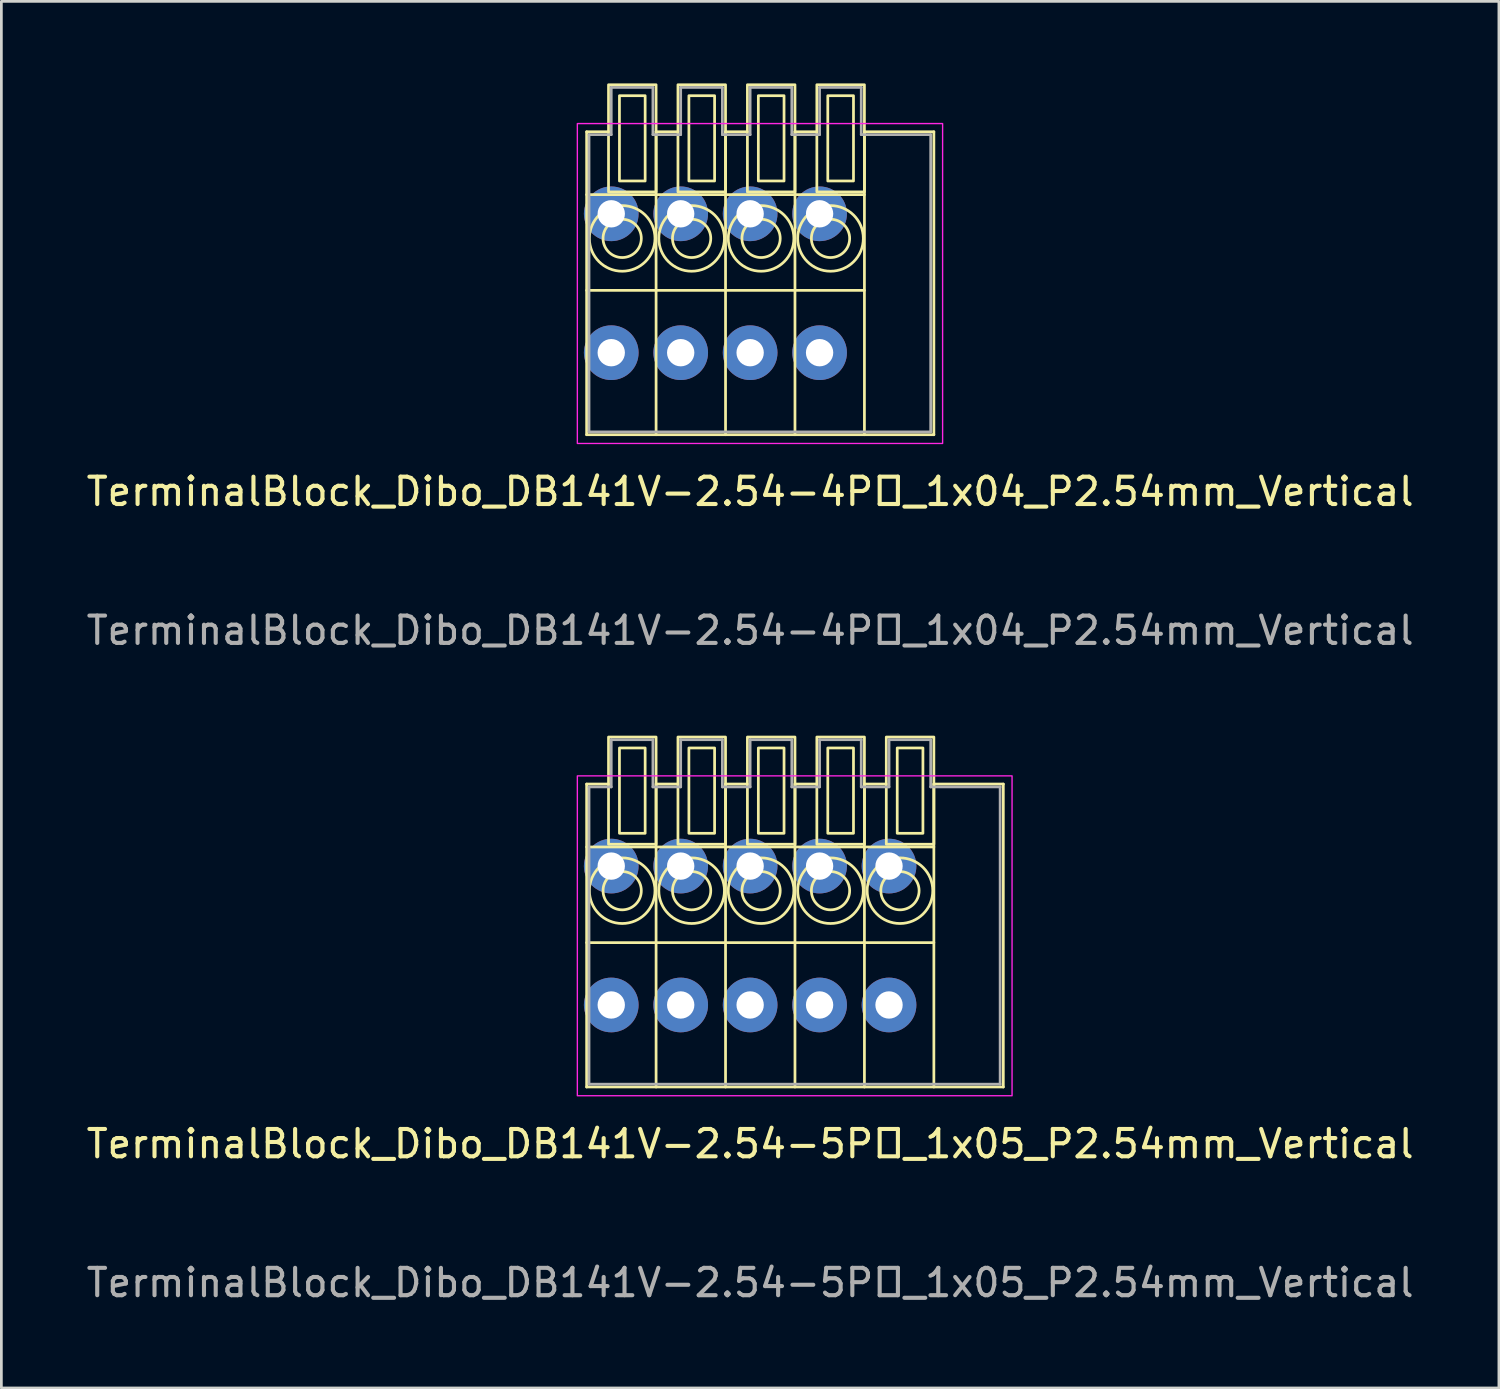
<source format=kicad_pcb>
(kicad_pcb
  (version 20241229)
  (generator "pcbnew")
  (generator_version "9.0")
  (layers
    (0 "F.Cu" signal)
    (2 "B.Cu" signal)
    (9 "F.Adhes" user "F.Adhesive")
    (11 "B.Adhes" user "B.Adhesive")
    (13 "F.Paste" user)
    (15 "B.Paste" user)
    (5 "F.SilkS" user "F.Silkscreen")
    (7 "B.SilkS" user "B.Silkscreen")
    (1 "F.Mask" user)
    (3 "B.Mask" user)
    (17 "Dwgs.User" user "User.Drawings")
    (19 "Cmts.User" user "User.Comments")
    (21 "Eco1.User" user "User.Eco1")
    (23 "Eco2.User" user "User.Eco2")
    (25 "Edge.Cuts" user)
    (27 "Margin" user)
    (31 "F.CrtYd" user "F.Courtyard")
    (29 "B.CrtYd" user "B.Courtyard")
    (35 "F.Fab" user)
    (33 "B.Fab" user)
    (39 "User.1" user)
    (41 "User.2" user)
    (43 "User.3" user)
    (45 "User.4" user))
  (footprint "TerminalBlock_Dibo_DB141V-2.54-4P_1x04_P2.54mm_Vertical"
    (layer "F.Cu")
    (at 23.117 7.31)
    (property "Reference" "TerminalBlock_Dibo_DB141V-2.54-4P_1x04_P2.54mm_Vertical" (at 1.27 7.62 0) (unlocked yes) (layer "F.SilkS") (effects (font (size 1 1) (thickness 0.15))))
    (attr through_hole)
    (fp_line (start -4.71 5.54) (end -4.71 -5.54) (stroke (width 0.1) (type default)) (layer "F.SilkS"))
    (fp_line (start -3.91 -5.54) (end -4.71 -5.54) (stroke (width 0.1) (type default)) (layer "F.SilkS"))
    (fp_line (start -2.17 5.54) (end -2.17 -5.54) (stroke (width 0.1) (type default)) (layer "F.SilkS"))
    (fp_line (start -1.37 -5.54) (end -2.17 -5.54) (stroke (width 0.1) (type default)) (layer "F.SilkS"))
    (fp_line (start 0.37 5.54) (end 0.37 -5.54) (stroke (width 0.1) (type default)) (layer "F.SilkS"))
    (fp_line (start 1.17 -5.54) (end 0.37 -5.54) (stroke (width 0.1) (type default)) (layer "F.SilkS"))
    (fp_line (start 2.91 5.54) (end 2.91 -5.54) (stroke (width 0.1) (type default)) (layer "F.SilkS"))
    (fp_line (start 3.71 -5.54) (end 2.91 -5.54) (stroke (width 0.1) (type default)) (layer "F.SilkS"))
    (fp_line (start 5.45 -3.24) (end -4.71 -3.24) (stroke (width 0.1) (type default)) (layer "F.SilkS"))
    (fp_line (start 5.45 0.26) (end -4.71 0.26) (stroke (width 0.1) (type default)) (layer "F.SilkS"))
    (fp_line (start 5.45 5.54) (end 5.45 -5.54) (stroke (width 0.1) (type default)) (layer "F.SilkS"))
    (fp_line (start 7.99 -5.54) (end 5.45 -5.54) (stroke (width 0.1) (type default)) (layer "F.SilkS"))
    (fp_line (start 7.99 -5.54) (end 7.99 5.54) (stroke (width 0.1) (type default)) (layer "F.SilkS"))
    (fp_line (start 7.99 5.54) (end -4.71 5.54) (stroke (width 0.1) (type default)) (layer "F.SilkS"))
    (fp_rect (start -2.57 -3.74) (end -3.51 -6.86) (stroke (width 0.1) (type default)) (fill no) (layer "F.SilkS"))
    (fp_rect (start -2.17 -3.34) (end -3.91 -7.26) (stroke (width 0.1) (type default)) (fill no) (layer "F.SilkS"))
    (fp_rect (start -0.03 -3.74) (end -0.97 -6.86) (stroke (width 0.1) (type default)) (fill no) (layer "F.SilkS"))
    (fp_rect (start 0.37 -3.34) (end -1.37 -7.26) (stroke (width 0.1) (type default)) (fill no) (layer "F.SilkS"))
    (fp_rect (start 2.51 -3.74) (end 1.57 -6.86) (stroke (width 0.1) (type default)) (fill no) (layer "F.SilkS"))
    (fp_rect (start 2.91 -3.34) (end 1.17 -7.26) (stroke (width 0.1) (type default)) (fill no) (layer "F.SilkS"))
    (fp_rect (start 5.05 -3.74) (end 4.11 -6.86) (stroke (width 0.1) (type default)) (fill no) (layer "F.SilkS"))
    (fp_rect (start 5.45 -3.34) (end 3.71 -7.26) (stroke (width 0.1) (type default)) (fill no) (layer "F.SilkS"))
    (fp_circle (center -3.41 -1.64) (end -4.61 -1.64) (stroke (width 0.1) (type default)) (fill no) (layer "F.SilkS"))
    (fp_circle (center -3.41 -1.64) (end -4.11 -1.64) (stroke (width 0.1) (type default)) (fill no) (layer "F.SilkS"))
    (fp_circle (center -0.87 -1.64) (end -2.07 -1.64) (stroke (width 0.1) (type default)) (fill no) (layer "F.SilkS"))
    (fp_circle (center -0.87 -1.64) (end -1.57 -1.64) (stroke (width 0.1) (type default)) (fill no) (layer "F.SilkS"))
    (fp_circle (center 1.67 -1.64) (end 0.47 -1.64) (stroke (width 0.1) (type default)) (fill no) (layer "F.SilkS"))
    (fp_circle (center 1.67 -1.64) (end 0.97 -1.64) (stroke (width 0.1) (type default)) (fill no) (layer "F.SilkS"))
    (fp_circle (center 4.21 -1.64) (end 3.51 -1.64) (stroke (width 0.1) (type default)) (fill no) (layer "F.SilkS"))
    (fp_circle (center 4.21 -1.64) (end 5.41 -1.64) (stroke (width 0.1) (type default)) (fill no) (layer "F.SilkS"))
    (fp_rect (start 8.31 5.86) (end -5.05 -5.84) (stroke (width 0.05) (type default)) (fill no) (layer "F.CrtYd"))
    (fp_line (start -4.623 -5.436) (end -3.81 -5.436) (stroke (width 0.1) (type default)) (layer "F.Fab"))
    (fp_line (start -4.623 5.436) (end -4.623 -5.436) (stroke (width 0.1) (type default)) (layer "F.Fab"))
    (fp_line (start -3.81 -7.163) (end -2.286 -7.163) (stroke (width 0.1) (type default)) (layer "F.Fab"))
    (fp_line (start -3.81 -5.436) (end -3.81 -7.163) (stroke (width 0.1) (type default)) (layer "F.Fab"))
    (fp_line (start -2.286 -7.163) (end -2.286 -5.436) (stroke (width 0.1) (type default)) (layer "F.Fab"))
    (fp_line (start -2.286 -5.436) (end -1.27 -5.436) (stroke (width 0.1) (type default)) (layer "F.Fab"))
    (fp_line (start -1.27 -7.163) (end 0.254 -7.163) (stroke (width 0.1) (type default)) (layer "F.Fab"))
    (fp_line (start -1.27 -5.436) (end -1.27 -7.163) (stroke (width 0.1) (type default)) (layer "F.Fab"))
    (fp_line (start 0.254 -7.163) (end 0.254 -5.436) (stroke (width 0.1) (type default)) (layer "F.Fab"))
    (fp_line (start 0.254 -5.436) (end 1.27 -5.436) (stroke (width 0.1) (type default)) (layer "F.Fab"))
    (fp_line (start 1.27 -7.163) (end 2.794 -7.163) (stroke (width 0.1) (type default)) (layer "F.Fab"))
    (fp_line (start 1.27 -5.436) (end 1.27 -7.163) (stroke (width 0.1) (type default)) (layer "F.Fab"))
    (fp_line (start 2.794 -7.163) (end 2.794 -5.436) (stroke (width 0.1) (type default)) (layer "F.Fab"))
    (fp_line (start 2.794 -5.436) (end 3.81 -5.436) (stroke (width 0.1) (type default)) (layer "F.Fab"))
    (fp_line (start 3.81 -7.163) (end 5.334 -7.163) (stroke (width 0.1) (type default)) (layer "F.Fab"))
    (fp_line (start 3.81 -5.436) (end 3.81 -7.163) (stroke (width 0.1) (type default)) (layer "F.Fab"))
    (fp_line (start 5.334 -7.163) (end 5.334 -5.436) (stroke (width 0.1) (type default)) (layer "F.Fab"))
    (fp_line (start 5.334 -5.436) (end 7.874 -5.436) (stroke (width 0.1) (type default)) (layer "F.Fab"))
    (fp_line (start 7.874 -5.436) (end 7.874 5.436) (stroke (width 0.1) (type default)) (layer "F.Fab"))
    (fp_line (start 7.874 5.436) (end -4.623 5.436) (stroke (width 0.1) (type default)) (layer "F.Fab"))
    (fp_text user "${REFERENCE}" (at 1.27 12.7 0) (unlocked yes) (layer "F.Fab") (effects (font (size 1 1) (thickness 0.15))))
    (pad "1" thru_hole circle (at -3.81 -2.54 180) (size 2 2) (drill 1) (layers "*.Cu" "*.Mask"))
    (pad "1" thru_hole circle (at -3.81 2.54 180) (size 2 2) (drill 1) (layers "*.Cu" "*.Mask"))
    (pad "2" thru_hole circle (at -1.27 -2.54 180) (size 2 2) (drill 1) (layers "*.Cu" "*.Mask"))
    (pad "2" thru_hole circle (at -1.27 2.54 180) (size 2 2) (drill 1) (layers "*.Cu" "*.Mask"))
    (pad "3" thru_hole circle (at 1.27 -2.54 180) (size 2 2) (drill 1) (layers "*.Cu" "*.Mask"))
    (pad "3" thru_hole circle (at 1.27 2.54 180) (size 2 2) (drill 1) (layers "*.Cu" "*.Mask"))
    (pad "4" thru_hole circle (at 3.81 -2.54 180) (size 2 2) (drill 1) (layers "*.Cu" "*.Mask"))
    (pad "4" thru_hole circle (at 3.81 2.54 180) (size 2 2) (drill 1) (layers "*.Cu" "*.Mask")))
  (footprint "TerminalBlock_Dibo_DB141V-2.54-5P_1x05_P2.54mm_Vertical"
    (layer "F.Cu")
    (at 19.307 33.708)
    (property "Reference" "TerminalBlock_Dibo_DB141V-2.54-5P_1x05_P2.54mm_Vertical" (at 5.08 5.08 0) (unlocked yes) (layer "F.SilkS") (effects (font (size 1 1) (thickness 0.15))))
    (attr through_hole)
    (fp_line (start -0.9 3) (end -0.9 -8.08) (stroke (width 0.1) (type default)) (layer "F.SilkS"))
    (fp_line (start -0.1 -8.08) (end -0.9 -8.08) (stroke (width 0.1) (type default)) (layer "F.SilkS"))
    (fp_line (start 1.64 3) (end 1.64 -8.08) (stroke (width 0.1) (type default)) (layer "F.SilkS"))
    (fp_line (start 2.44 -8.08) (end 1.64 -8.08) (stroke (width 0.1) (type default)) (layer "F.SilkS"))
    (fp_line (start 4.18 3) (end 4.18 -8.08) (stroke (width 0.1) (type default)) (layer "F.SilkS"))
    (fp_line (start 4.98 -8.08) (end 4.18 -8.08) (stroke (width 0.1) (type default)) (layer "F.SilkS"))
    (fp_line (start 6.72 3) (end 6.72 -8.08) (stroke (width 0.1) (type default)) (layer "F.SilkS"))
    (fp_line (start 7.52 -8.08) (end 6.72 -8.08) (stroke (width 0.1) (type default)) (layer "F.SilkS"))
    (fp_line (start 9.26 3) (end 9.26 -8.08) (stroke (width 0.1) (type default)) (layer "F.SilkS"))
    (fp_line (start 10.06 -8.08) (end 9.26 -8.08) (stroke (width 0.1) (type default)) (layer "F.SilkS"))
    (fp_line (start 11.8 -5.78) (end -0.9 -5.78) (stroke (width 0.1) (type default)) (layer "F.SilkS"))
    (fp_line (start 11.8 -2.28) (end -0.9 -2.28) (stroke (width 0.1) (type default)) (layer "F.SilkS"))
    (fp_line (start 11.8 3) (end 11.8 -8.08) (stroke (width 0.1) (type default)) (layer "F.SilkS"))
    (fp_line (start 14.34 -8.08) (end 11.8 -8.08) (stroke (width 0.1) (type default)) (layer "F.SilkS"))
    (fp_line (start 14.34 -8.08) (end 14.34 3) (stroke (width 0.1) (type default)) (layer "F.SilkS"))
    (fp_line (start 14.34 3) (end -0.9 3) (stroke (width 0.1) (type default)) (layer "F.SilkS"))
    (fp_rect (start 1.24 -6.28) (end 0.3 -9.4) (stroke (width 0.1) (type default)) (fill no) (layer "F.SilkS"))
    (fp_rect (start 1.64 -5.88) (end -0.1 -9.8) (stroke (width 0.1) (type default)) (fill no) (layer "F.SilkS"))
    (fp_rect (start 3.78 -6.28) (end 2.84 -9.4) (stroke (width 0.1) (type default)) (fill no) (layer "F.SilkS"))
    (fp_rect (start 4.18 -5.88) (end 2.44 -9.8) (stroke (width 0.1) (type default)) (fill no) (layer "F.SilkS"))
    (fp_rect (start 6.32 -6.28) (end 5.38 -9.4) (stroke (width 0.1) (type default)) (fill no) (layer "F.SilkS"))
    (fp_rect (start 6.72 -5.88) (end 4.98 -9.8) (stroke (width 0.1) (type default)) (fill no) (layer "F.SilkS"))
    (fp_rect (start 8.86 -6.28) (end 7.92 -9.4) (stroke (width 0.1) (type default)) (fill no) (layer "F.SilkS"))
    (fp_rect (start 9.26 -5.88) (end 7.52 -9.8) (stroke (width 0.1) (type default)) (fill no) (layer "F.SilkS"))
    (fp_rect (start 11.4 -6.28) (end 10.46 -9.4) (stroke (width 0.1) (type default)) (fill no) (layer "F.SilkS"))
    (fp_rect (start 11.8 -5.88) (end 10.06 -9.8) (stroke (width 0.1) (type default)) (fill no) (layer "F.SilkS"))
    (fp_circle (center 0.4 -4.18) (end -0.8 -4.18) (stroke (width 0.1) (type default)) (fill no) (layer "F.SilkS"))
    (fp_circle (center 0.4 -4.18) (end -0.3 -4.18) (stroke (width 0.1) (type default)) (fill no) (layer "F.SilkS"))
    (fp_circle (center 2.94 -4.18) (end 1.74 -4.18) (stroke (width 0.1) (type default)) (fill no) (layer "F.SilkS"))
    (fp_circle (center 2.94 -4.18) (end 2.24 -4.18) (stroke (width 0.1) (type default)) (fill no) (layer "F.SilkS"))
    (fp_circle (center 5.48 -4.18) (end 4.28 -4.18) (stroke (width 0.1) (type default)) (fill no) (layer "F.SilkS"))
    (fp_circle (center 5.48 -4.18) (end 4.78 -4.18) (stroke (width 0.1) (type default)) (fill no) (layer "F.SilkS"))
    (fp_circle (center 8.02 -4.18) (end 7.32 -4.18) (stroke (width 0.1) (type default)) (fill no) (layer "F.SilkS"))
    (fp_circle (center 8.02 -4.18) (end 9.22 -4.18) (stroke (width 0.1) (type default)) (fill no) (layer "F.SilkS"))
    (fp_circle (center 10.56 -4.18) (end 9.36 -4.18) (stroke (width 0.1) (type default)) (fill no) (layer "F.SilkS"))
    (fp_circle (center 10.56 -4.18) (end 9.86 -4.18) (stroke (width 0.1) (type default)) (fill no) (layer "F.SilkS"))
    (fp_rect (start 14.66 3.32) (end -1.24 -8.38) (stroke (width 0.05) (type default)) (fill no) (layer "F.CrtYd"))
    (fp_line (start -0.813 -7.976) (end 0 -7.976) (stroke (width 0.1) (type default)) (layer "F.Fab"))
    (fp_line (start -0.813 2.896) (end -0.813 -7.976) (stroke (width 0.1) (type default)) (layer "F.Fab"))
    (fp_line (start 0 -9.703) (end 1.524 -9.703) (stroke (width 0.1) (type default)) (layer "F.Fab"))
    (fp_line (start 0 -7.976) (end 0 -9.703) (stroke (width 0.1) (type default)) (layer "F.Fab"))
    (fp_line (start 1.524 -9.703) (end 1.524 -7.976) (stroke (width 0.1) (type default)) (layer "F.Fab"))
    (fp_line (start 1.524 -7.976) (end 2.54 -7.976) (stroke (width 0.1) (type default)) (layer "F.Fab"))
    (fp_line (start 2.54 -9.703) (end 4.064 -9.703) (stroke (width 0.1) (type default)) (layer "F.Fab"))
    (fp_line (start 2.54 -7.976) (end 2.54 -9.703) (stroke (width 0.1) (type default)) (layer "F.Fab"))
    (fp_line (start 4.064 -9.703) (end 4.064 -7.976) (stroke (width 0.1) (type default)) (layer "F.Fab"))
    (fp_line (start 4.064 -7.976) (end 5.08 -7.976) (stroke (width 0.1) (type default)) (layer "F.Fab"))
    (fp_line (start 5.08 -9.703) (end 6.604 -9.703) (stroke (width 0.1) (type default)) (layer "F.Fab"))
    (fp_line (start 5.08 -7.976) (end 5.08 -9.703) (stroke (width 0.1) (type default)) (layer "F.Fab"))
    (fp_line (start 6.604 -9.703) (end 6.604 -7.976) (stroke (width 0.1) (type default)) (layer "F.Fab"))
    (fp_line (start 6.604 -7.976) (end 7.62 -7.976) (stroke (width 0.1) (type default)) (layer "F.Fab"))
    (fp_line (start 7.62 -9.703) (end 9.144 -9.703) (stroke (width 0.1) (type default)) (layer "F.Fab"))
    (fp_line (start 7.62 -7.976) (end 7.62 -9.703) (stroke (width 0.1) (type default)) (layer "F.Fab"))
    (fp_line (start 9.144 -9.703) (end 9.144 -7.976) (stroke (width 0.1) (type default)) (layer "F.Fab"))
    (fp_line (start 9.144 -7.976) (end 10.16 -7.976) (stroke (width 0.1) (type default)) (layer "F.Fab"))
    (fp_line (start 10.16 -9.703) (end 11.684 -9.703) (stroke (width 0.1) (type default)) (layer "F.Fab"))
    (fp_line (start 10.16 -7.976) (end 10.16 -9.703) (stroke (width 0.1) (type default)) (layer "F.Fab"))
    (fp_line (start 11.684 -9.703) (end 11.684 -7.976) (stroke (width 0.1) (type default)) (layer "F.Fab"))
    (fp_line (start 11.684 -7.976) (end 14.224 -7.976) (stroke (width 0.1) (type default)) (layer "F.Fab"))
    (fp_line (start 14.224 -7.976) (end 14.224 2.896) (stroke (width 0.1) (type default)) (layer "F.Fab"))
    (fp_line (start 14.224 2.896) (end -0.813 2.896) (stroke (width 0.1) (type default)) (layer "F.Fab"))
    (fp_text user "${REFERENCE}" (at 5.08 10.16 0) (unlocked yes) (layer "F.Fab") (effects (font (size 1 1) (thickness 0.15))))
    (pad "1" thru_hole circle (at 0 -5.08 180) (size 2 2) (drill 1) (layers "*.Cu" "*.Mask"))
    (pad "1" thru_hole circle (at 0 0 180) (size 2 2) (drill 1) (layers "*.Cu" "*.Mask"))
    (pad "2" thru_hole circle (at 2.54 -5.08 180) (size 2 2) (drill 1) (layers "*.Cu" "*.Mask"))
    (pad "2" thru_hole circle (at 2.54 0 180) (size 2 2) (drill 1) (layers "*.Cu" "*.Mask"))
    (pad "3" thru_hole circle (at 5.08 -5.08 180) (size 2 2) (drill 1) (layers "*.Cu" "*.Mask"))
    (pad "3" thru_hole circle (at 5.08 0 180) (size 2 2) (drill 1) (layers "*.Cu" "*.Mask"))
    (pad "4" thru_hole circle (at 7.62 -5.08 180) (size 2 2) (drill 1) (layers "*.Cu" "*.Mask"))
    (pad "4" thru_hole circle (at 7.62 0 180) (size 2 2) (drill 1) (layers "*.Cu" "*.Mask"))
    (pad "5" thru_hole circle (at 10.16 -5.08 180) (size 2 2) (drill 1) (layers "*.Cu" "*.Mask"))
    (pad "5" thru_hole circle (at 10.16 0 180) (size 2 2) (drill 1) (layers "*.Cu" "*.Mask")))
  (gr_rect
    (start -3 -3)
    (end 51.774 47.717)
    (stroke (width 0.1) (type default))
    (fill no)
    (layer "Edge.Cuts")))
</source>
